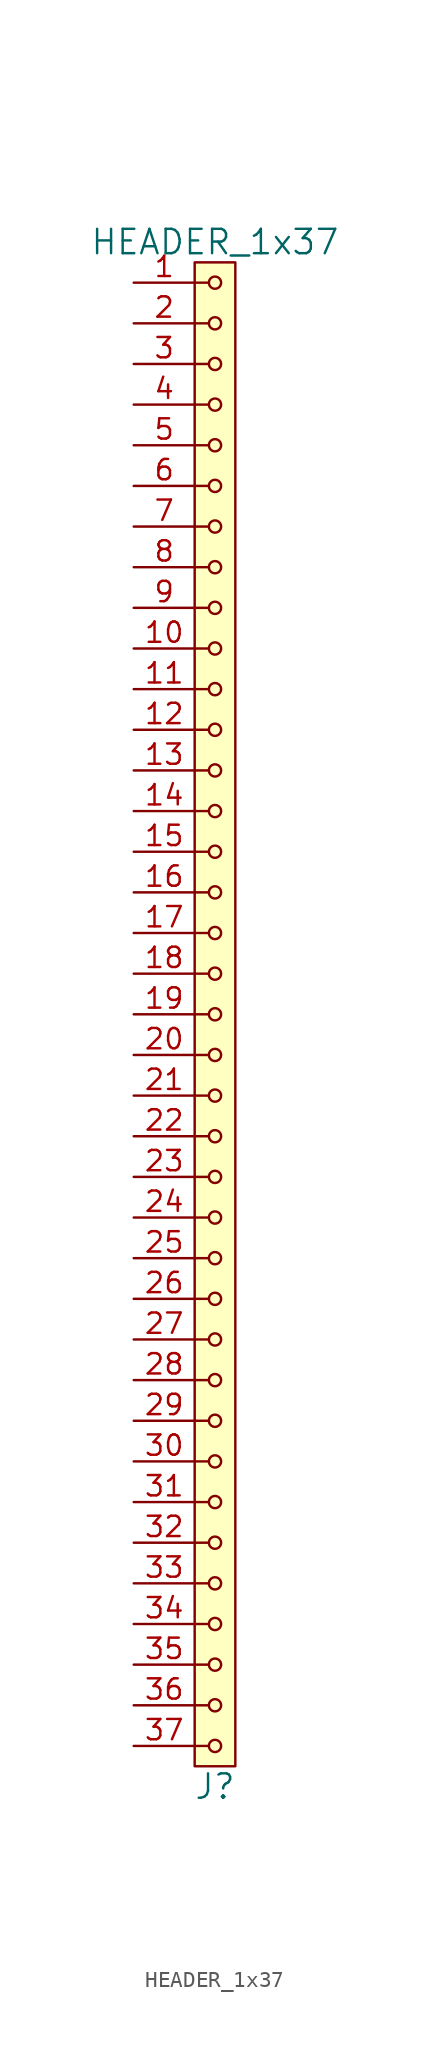
<source format=kicad_sym>
(kicad_symbol_lib
  (version 20211014)
  (generator kicad_symbol_editor)
  (symbol "HEADER_1x37"
    (pin_names
      (offset 1.016))
    (property "Reference" "J"
      (at 0 -48.26 0)
      (effects (font (size 1.524 1.524))))
    (property "Value" "HEADER_1x37"
      (at 0 48.26 0)
      (effects (font (size 1.524 1.524))))
    (property "Footprint" ""
      (at 0 45.72 0)
      (effects (font (size 1.524 1.524))))
    (property "Datasheet" ""
      (at 0 45.72 0)
      (effects (font (size 1.524 1.524))))
    (symbol "HEADER_1x37_0_1"
      (rectangle (start -1.27 46.99) (end 1.27 -46.99) (stroke (width 0) (type default) (color 0 0 0 0)) (fill (type background)))
      (circle (center 0 -45.72) (radius 0.381) (stroke (width 0) (type default) (color 0 0 0 0)) (fill (type none)))
      (circle (center 0 -43.18) (radius 0.381) (stroke (width 0) (type default) (color 0 0 0 0)) (fill (type none)))
      (circle (center 0 -40.64) (radius 0.381) (stroke (width 0) (type default) (color 0 0 0 0)) (fill (type none)))
      (circle (center 0 -38.1) (radius 0.381) (stroke (width 0) (type default) (color 0 0 0 0)) (fill (type none)))
      (circle (center 0 -35.56) (radius 0.381) (stroke (width 0) (type default) (color 0 0 0 0)) (fill (type none)))
      (circle (center 0 -33.02) (radius 0.381) (stroke (width 0) (type default) (color 0 0 0 0)) (fill (type none)))
      (circle (center 0 -30.48) (radius 0.381) (stroke (width 0) (type default) (color 0 0 0 0)) (fill (type none)))
      (circle (center 0 -27.94) (radius 0.381) (stroke (width 0) (type default) (color 0 0 0 0)) (fill (type none)))
      (circle (center 0 -25.4) (radius 0.381) (stroke (width 0) (type default) (color 0 0 0 0)) (fill (type none)))
      (circle (center 0 -22.86) (radius 0.381) (stroke (width 0) (type default) (color 0 0 0 0)) (fill (type none)))
      (circle (center 0 -20.32) (radius 0.381) (stroke (width 0) (type default) (color 0 0 0 0)) (fill (type none)))
      (circle (center 0 -17.78) (radius 0.381) (stroke (width 0) (type default) (color 0 0 0 0)) (fill (type none)))
      (circle (center 0 -15.24) (radius 0.381) (stroke (width 0) (type default) (color 0 0 0 0)) (fill (type none)))
      (circle (center 0 -12.7) (radius 0.381) (stroke (width 0) (type default) (color 0 0 0 0)) (fill (type none)))
      (circle (center 0 -10.16) (radius 0.381) (stroke (width 0) (type default) (color 0 0 0 0)) (fill (type none)))
      (circle (center 0 -7.62) (radius 0.381) (stroke (width 0) (type default) (color 0 0 0 0)) (fill (type none)))
      (circle (center 0 -5.08) (radius 0.381) (stroke (width 0) (type default) (color 0 0 0 0)) (fill (type none)))
      (circle (center 0 -2.54) (radius 0.381) (stroke (width 0) (type default) (color 0 0 0 0)) (fill (type none)))
      (polyline (pts (xy -1.27 -45.72) (xy -0.381 -45.72)) (stroke (width 0) (type default) (color 0 0 0 0)) (fill (type none)))
      (polyline (pts (xy -1.27 -43.18) (xy -0.381 -43.18)) (stroke (width 0) (type default) (color 0 0 0 0)) (fill (type none)))
      (polyline (pts (xy -1.27 -40.64) (xy -0.381 -40.64)) (stroke (width 0) (type default) (color 0 0 0 0)) (fill (type none)))
      (polyline (pts (xy -1.27 -38.1) (xy -0.381 -38.1)) (stroke (width 0) (type default) (color 0 0 0 0)) (fill (type none)))
      (polyline (pts (xy -1.27 -35.56) (xy -0.381 -35.56)) (stroke (width 0) (type default) (color 0 0 0 0)) (fill (type none)))
      (polyline (pts (xy -1.27 -33.02) (xy -0.381 -33.02)) (stroke (width 0) (type default) (color 0 0 0 0)) (fill (type none)))
      (polyline (pts (xy -1.27 -30.48) (xy -0.381 -30.48)) (stroke (width 0) (type default) (color 0 0 0 0)) (fill (type none)))
      (polyline (pts (xy -1.27 -27.94) (xy -0.381 -27.94)) (stroke (width 0) (type default) (color 0 0 0 0)) (fill (type none)))
      (polyline (pts (xy -1.27 -25.4) (xy -0.381 -25.4)) (stroke (width 0) (type default) (color 0 0 0 0)) (fill (type none)))
      (polyline (pts (xy -1.27 -22.86) (xy -0.381 -22.86)) (stroke (width 0) (type default) (color 0 0 0 0)) (fill (type none)))
      (polyline (pts (xy -1.27 -20.32) (xy -0.381 -20.32)) (stroke (width 0) (type default) (color 0 0 0 0)) (fill (type none)))
      (polyline (pts (xy -1.27 -17.78) (xy -0.381 -17.78)) (stroke (width 0) (type default) (color 0 0 0 0)) (fill (type none)))
      (polyline (pts (xy -1.27 -15.24) (xy -0.381 -15.24)) (stroke (width 0) (type default) (color 0 0 0 0)) (fill (type none)))
      (polyline (pts (xy -1.27 -12.7) (xy -0.381 -12.7)) (stroke (width 0) (type default) (color 0 0 0 0)) (fill (type none)))
      (polyline (pts (xy -1.27 -10.16) (xy -0.381 -10.16)) (stroke (width 0) (type default) (color 0 0 0 0)) (fill (type none)))
      (polyline (pts (xy -1.27 -7.62) (xy -0.381 -7.62)) (stroke (width 0) (type default) (color 0 0 0 0)) (fill (type none)))
      (polyline (pts (xy -1.27 -5.08) (xy -0.381 -5.08)) (stroke (width 0) (type default) (color 0 0 0 0)) (fill (type none)))
      (polyline (pts (xy -1.27 -2.54) (xy -0.381 -2.54)) (stroke (width 0) (type default) (color 0 0 0 0)) (fill (type none)))
      (polyline (pts (xy -1.27 0) (xy -0.381 0)) (stroke (width 0) (type default) (color 0 0 0 0)) (fill (type none)))
      (polyline (pts (xy -1.27 2.54) (xy -0.381 2.54)) (stroke (width 0) (type default) (color 0 0 0 0)) (fill (type none)))
      (polyline (pts (xy -1.27 5.08) (xy -0.381 5.08)) (stroke (width 0) (type default) (color 0 0 0 0)) (fill (type none)))
      (polyline (pts (xy -1.27 7.62) (xy -0.381 7.62)) (stroke (width 0) (type default) (color 0 0 0 0)) (fill (type none)))
      (polyline (pts (xy -1.27 10.16) (xy -0.381 10.16)) (stroke (width 0) (type default) (color 0 0 0 0)) (fill (type none)))
      (polyline (pts (xy -1.27 12.7) (xy -0.381 12.7)) (stroke (width 0) (type default) (color 0 0 0 0)) (fill (type none)))
      (polyline (pts (xy -1.27 15.24) (xy -0.381 15.24)) (stroke (width 0) (type default) (color 0 0 0 0)) (fill (type none)))
      (polyline (pts (xy -1.27 17.78) (xy -0.381 17.78)) (stroke (width 0) (type default) (color 0 0 0 0)) (fill (type none)))
      (polyline (pts (xy -1.27 20.32) (xy -0.381 20.32)) (stroke (width 0) (type default) (color 0 0 0 0)) (fill (type none)))
      (polyline (pts (xy -1.27 22.86) (xy -0.381 22.86)) (stroke (width 0) (type default) (color 0 0 0 0)) (fill (type none)))
      (polyline (pts (xy -1.27 25.4) (xy -0.381 25.4)) (stroke (width 0) (type default) (color 0 0 0 0)) (fill (type none)))
      (polyline (pts (xy -1.27 27.94) (xy -0.381 27.94)) (stroke (width 0) (type default) (color 0 0 0 0)) (fill (type none)))
      (polyline (pts (xy -1.27 30.48) (xy -0.381 30.48)) (stroke (width 0) (type default) (color 0 0 0 0)) (fill (type none)))
      (polyline (pts (xy -1.27 33.02) (xy -0.381 33.02)) (stroke (width 0) (type default) (color 0 0 0 0)) (fill (type none)))
      (polyline (pts (xy -1.27 35.56) (xy -0.381 35.56)) (stroke (width 0) (type default) (color 0 0 0 0)) (fill (type none)))
      (polyline (pts (xy -1.27 38.1) (xy -0.381 38.1)) (stroke (width 0) (type default) (color 0 0 0 0)) (fill (type none)))
      (polyline (pts (xy -1.27 40.64) (xy -0.381 40.64)) (stroke (width 0) (type default) (color 0 0 0 0)) (fill (type none)))
      (polyline (pts (xy -1.27 43.18) (xy -0.381 43.18)) (stroke (width 0) (type default) (color 0 0 0 0)) (fill (type none)))
      (polyline (pts (xy -1.27 45.72) (xy -0.381 45.72)) (stroke (width 0) (type default) (color 0 0 0 0)) (fill (type none)))
      (circle (center 0 0) (radius 0.381) (stroke (width 0) (type default) (color 0 0 0 0)) (fill (type none)))
      (circle (center 0 2.54) (radius 0.381) (stroke (width 0) (type default) (color 0 0 0 0)) (fill (type none)))
      (circle (center 0 5.08) (radius 0.381) (stroke (width 0) (type default) (color 0 0 0 0)) (fill (type none)))
      (circle (center 0 7.62) (radius 0.381) (stroke (width 0) (type default) (color 0 0 0 0)) (fill (type none)))
      (circle (center 0 10.16) (radius 0.381) (stroke (width 0) (type default) (color 0 0 0 0)) (fill (type none)))
      (circle (center 0 12.7) (radius 0.381) (stroke (width 0) (type default) (color 0 0 0 0)) (fill (type none)))
      (circle (center 0 15.24) (radius 0.381) (stroke (width 0) (type default) (color 0 0 0 0)) (fill (type none)))
      (circle (center 0 17.78) (radius 0.381) (stroke (width 0) (type default) (color 0 0 0 0)) (fill (type none)))
      (circle (center 0 20.32) (radius 0.381) (stroke (width 0) (type default) (color 0 0 0 0)) (fill (type none)))
      (circle (center 0 22.86) (radius 0.381) (stroke (width 0) (type default) (color 0 0 0 0)) (fill (type none)))
      (circle (center 0 25.4) (radius 0.381) (stroke (width 0) (type default) (color 0 0 0 0)) (fill (type none)))
      (circle (center 0 27.94) (radius 0.381) (stroke (width 0) (type default) (color 0 0 0 0)) (fill (type none)))
      (circle (center 0 30.48) (radius 0.381) (stroke (width 0) (type default) (color 0 0 0 0)) (fill (type none)))
      (circle (center 0 33.02) (radius 0.381) (stroke (width 0) (type default) (color 0 0 0 0)) (fill (type none)))
      (circle (center 0 35.56) (radius 0.381) (stroke (width 0) (type default) (color 0 0 0 0)) (fill (type none)))
      (circle (center 0 38.1) (radius 0.381) (stroke (width 0) (type default) (color 0 0 0 0)) (fill (type none)))
      (circle (center 0 40.64) (radius 0.381) (stroke (width 0) (type default) (color 0 0 0 0)) (fill (type none)))
      (circle (center 0 43.18) (radius 0.381) (stroke (width 0) (type default) (color 0 0 0 0)) (fill (type none)))
      (circle (center 0 45.72) (radius 0.381) (stroke (width 0) (type default) (color 0 0 0 0)) (fill (type none))))
    (symbol "HEADER_1x37_1_1"
      (pin input line (at -5.08 45.72 0) (length 3.81) (name "~" (effects (font (size 1.27 1.27)))) (number "1" (effects (font (size 1.27 1.27)))))
      (pin input line (at -5.08 22.86 0) (length 3.81) (name "~" (effects (font (size 1.27 1.27)))) (number "10" (effects (font (size 1.27 1.27)))))
      (pin input line (at -5.08 20.32 0) (length 3.81) (name "~" (effects (font (size 1.27 1.27)))) (number "11" (effects (font (size 1.27 1.27)))))
      (pin input line (at -5.08 17.78 0) (length 3.81) (name "~" (effects (font (size 1.27 1.27)))) (number "12" (effects (font (size 1.27 1.27)))))
      (pin input line (at -5.08 15.24 0) (length 3.81) (name "~" (effects (font (size 1.27 1.27)))) (number "13" (effects (font (size 1.27 1.27)))))
      (pin input line (at -5.08 12.7 0) (length 3.81) (name "~" (effects (font (size 1.27 1.27)))) (number "14" (effects (font (size 1.27 1.27)))))
      (pin input line (at -5.08 10.16 0) (length 3.81) (name "~" (effects (font (size 1.27 1.27)))) (number "15" (effects (font (size 1.27 1.27)))))
      (pin input line (at -5.08 7.62 0) (length 3.81) (name "~" (effects (font (size 1.27 1.27)))) (number "16" (effects (font (size 1.27 1.27)))))
      (pin input line (at -5.08 5.08 0) (length 3.81) (name "~" (effects (font (size 1.27 1.27)))) (number "17" (effects (font (size 1.27 1.27)))))
      (pin input line (at -5.08 2.54 0) (length 3.81) (name "~" (effects (font (size 1.27 1.27)))) (number "18" (effects (font (size 1.27 1.27)))))
      (pin input line (at -5.08 0 0) (length 3.81) (name "~" (effects (font (size 1.27 1.27)))) (number "19" (effects (font (size 1.27 1.27)))))
      (pin input line (at -5.08 43.18 0) (length 3.81) (name "~" (effects (font (size 1.27 1.27)))) (number "2" (effects (font (size 1.27 1.27)))))
      (pin input line (at -5.08 -2.54 0) (length 3.81) (name "~" (effects (font (size 1.27 1.27)))) (number "20" (effects (font (size 1.27 1.27)))))
      (pin input line (at -5.08 -5.08 0) (length 3.81) (name "~" (effects (font (size 1.27 1.27)))) (number "21" (effects (font (size 1.27 1.27)))))
      (pin input line (at -5.08 -7.62 0) (length 3.81) (name "~" (effects (font (size 1.27 1.27)))) (number "22" (effects (font (size 1.27 1.27)))))
      (pin input line (at -5.08 -10.16 0) (length 3.81) (name "~" (effects (font (size 1.27 1.27)))) (number "23" (effects (font (size 1.27 1.27)))))
      (pin input line (at -5.08 -12.7 0) (length 3.81) (name "~" (effects (font (size 1.27 1.27)))) (number "24" (effects (font (size 1.27 1.27)))))
      (pin input line (at -5.08 -15.24 0) (length 3.81) (name "~" (effects (font (size 1.27 1.27)))) (number "25" (effects (font (size 1.27 1.27)))))
      (pin input line (at -5.08 -17.78 0) (length 3.81) (name "~" (effects (font (size 1.27 1.27)))) (number "26" (effects (font (size 1.27 1.27)))))
      (pin input line (at -5.08 -20.32 0) (length 3.81) (name "~" (effects (font (size 1.27 1.27)))) (number "27" (effects (font (size 1.27 1.27)))))
      (pin input line (at -5.08 -22.86 0) (length 3.81) (name "~" (effects (font (size 1.27 1.27)))) (number "28" (effects (font (size 1.27 1.27)))))
      (pin input line (at -5.08 -25.4 0) (length 3.81) (name "~" (effects (font (size 1.27 1.27)))) (number "29" (effects (font (size 1.27 1.27)))))
      (pin input line (at -5.08 40.64 0) (length 3.81) (name "~" (effects (font (size 1.27 1.27)))) (number "3" (effects (font (size 1.27 1.27)))))
      (pin input line (at -5.08 -27.94 0) (length 3.81) (name "~" (effects (font (size 1.27 1.27)))) (number "30" (effects (font (size 1.27 1.27)))))
      (pin input line (at -5.08 -30.48 0) (length 3.81) (name "~" (effects (font (size 1.27 1.27)))) (number "31" (effects (font (size 1.27 1.27)))))
      (pin input line (at -5.08 -33.02 0) (length 3.81) (name "~" (effects (font (size 1.27 1.27)))) (number "32" (effects (font (size 1.27 1.27)))))
      (pin input line (at -5.08 -35.56 0) (length 3.81) (name "~" (effects (font (size 1.27 1.27)))) (number "33" (effects (font (size 1.27 1.27)))))
      (pin input line (at -5.08 -38.1 0) (length 3.81) (name "~" (effects (font (size 1.27 1.27)))) (number "34" (effects (font (size 1.27 1.27)))))
      (pin input line (at -5.08 -40.64 0) (length 3.81) (name "~" (effects (font (size 1.27 1.27)))) (number "35" (effects (font (size 1.27 1.27)))))
      (pin input line (at -5.08 -43.18 0) (length 3.81) (name "~" (effects (font (size 1.27 1.27)))) (number "36" (effects (font (size 1.27 1.27)))))
      (pin input line (at -5.08 -45.72 0) (length 3.81) (name "~" (effects (font (size 1.27 1.27)))) (number "37" (effects (font (size 1.27 1.27)))))
      (pin input line (at -5.08 38.1 0) (length 3.81) (name "~" (effects (font (size 1.27 1.27)))) (number "4" (effects (font (size 1.27 1.27)))))
      (pin input line (at -5.08 35.56 0) (length 3.81) (name "~" (effects (font (size 1.27 1.27)))) (number "5" (effects (font (size 1.27 1.27)))))
      (pin input line (at -5.08 33.02 0) (length 3.81) (name "~" (effects (font (size 1.27 1.27)))) (number "6" (effects (font (size 1.27 1.27)))))
      (pin input line (at -5.08 30.48 0) (length 3.81) (name "~" (effects (font (size 1.27 1.27)))) (number "7" (effects (font (size 1.27 1.27)))))
      (pin input line (at -5.08 27.94 0) (length 3.81) (name "~" (effects (font (size 1.27 1.27)))) (number "8" (effects (font (size 1.27 1.27)))))
      (pin input line (at -5.08 25.4 0) (length 3.81) (name "~" (effects (font (size 1.27 1.27)))) (number "9" (effects (font (size 1.27 1.27))))))))
</source>
